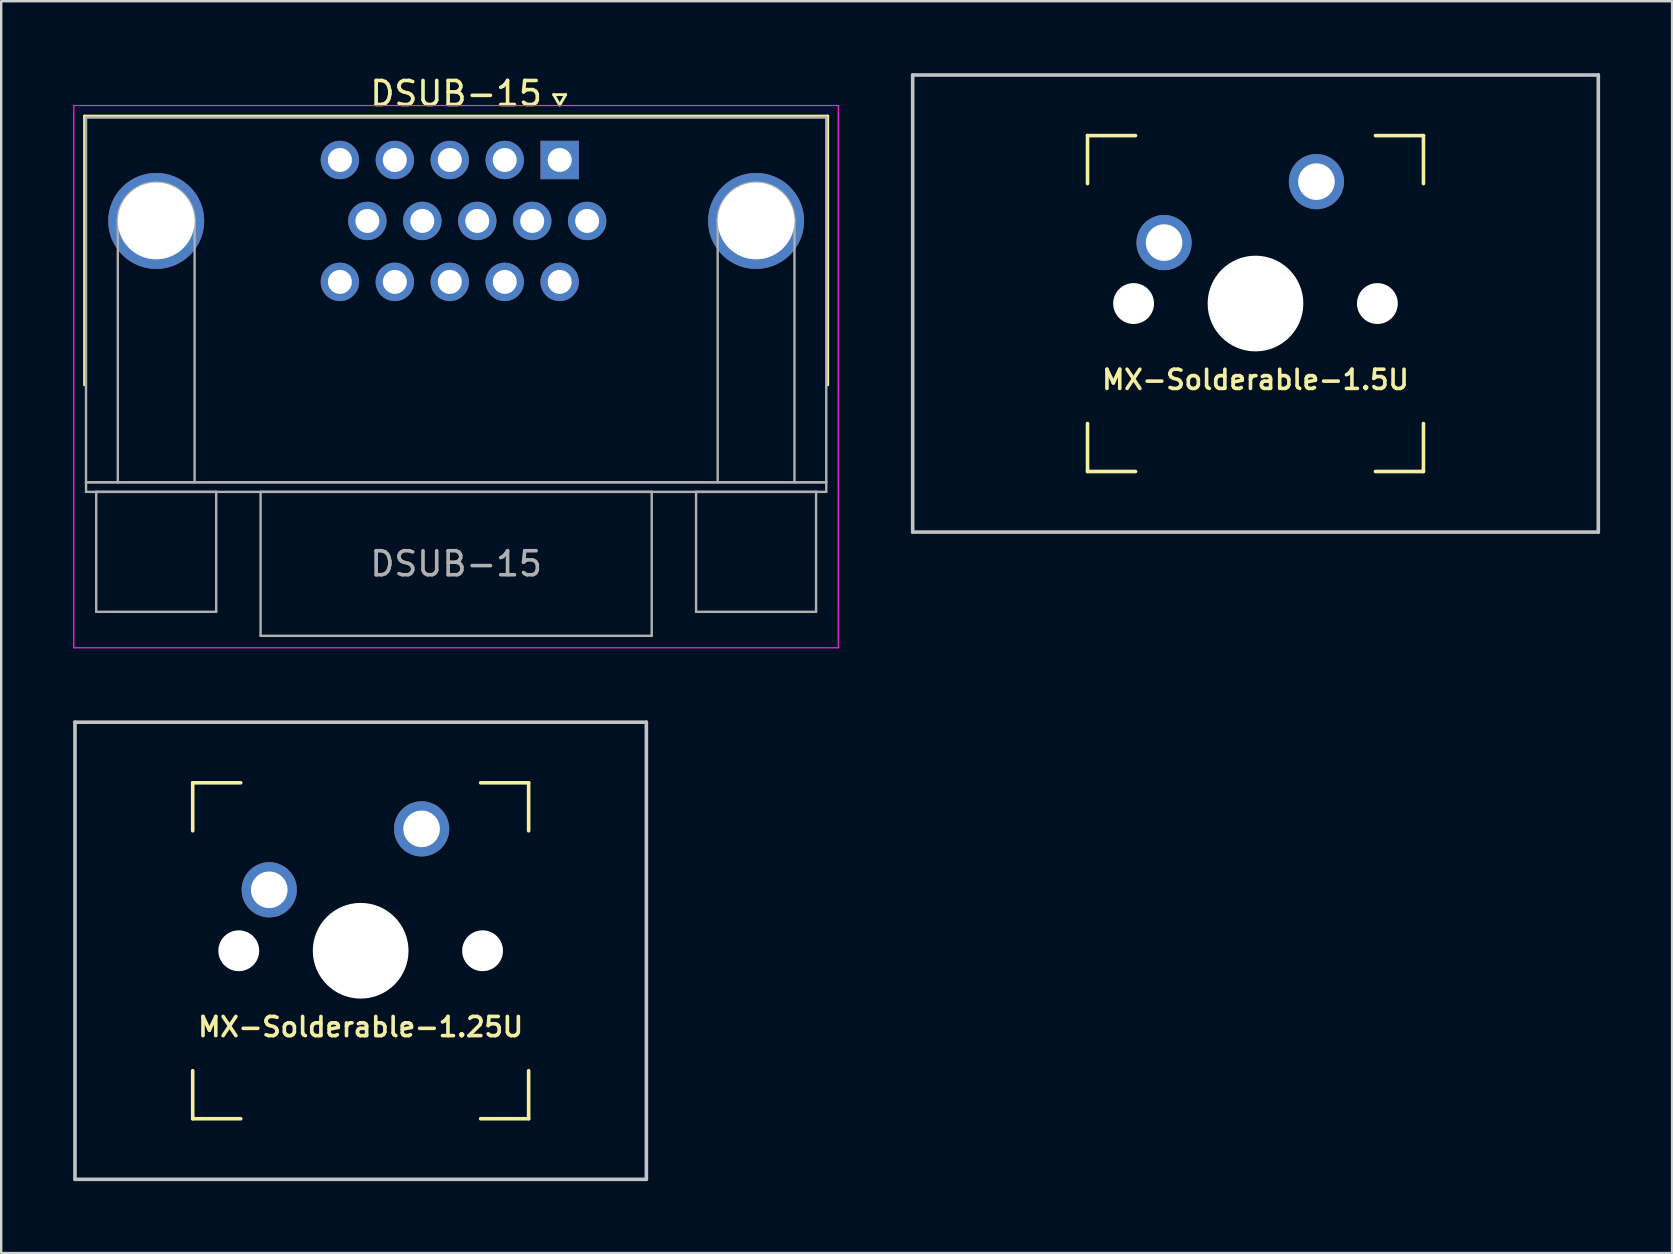
<source format=kicad_pcb>
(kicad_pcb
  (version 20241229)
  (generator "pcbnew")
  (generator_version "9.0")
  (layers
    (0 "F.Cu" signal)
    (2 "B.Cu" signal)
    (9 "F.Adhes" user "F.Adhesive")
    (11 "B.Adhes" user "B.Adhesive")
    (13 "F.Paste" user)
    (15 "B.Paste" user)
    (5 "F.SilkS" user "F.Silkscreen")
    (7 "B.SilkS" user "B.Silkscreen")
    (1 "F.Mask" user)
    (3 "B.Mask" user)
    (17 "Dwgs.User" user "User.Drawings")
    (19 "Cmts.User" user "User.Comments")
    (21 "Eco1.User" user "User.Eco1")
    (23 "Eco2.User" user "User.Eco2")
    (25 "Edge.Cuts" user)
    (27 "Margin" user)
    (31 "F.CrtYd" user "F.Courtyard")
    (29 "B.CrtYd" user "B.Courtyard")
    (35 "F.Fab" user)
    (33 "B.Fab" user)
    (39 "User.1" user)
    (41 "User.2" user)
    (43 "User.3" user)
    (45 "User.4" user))
  (footprint "MX-Solderable-1.25U"
    (layer "F.Cu")
    (at 11.981 36.573)
    (property "Reference" "MX-Solderable-1.25U" (at 0 3.175 0) (layer "F.SilkS") (effects (font (size 0.8 0.8) (thickness 0.15))))
    (attr through_hole)
    (fp_line (start -7 -7) (end -7 -5) (stroke (width 0.15) (type solid)) (layer "F.SilkS"))
    (fp_line (start -7 5) (end -7 7) (stroke (width 0.15) (type solid)) (layer "F.SilkS"))
    (fp_line (start -7 7) (end -5 7) (stroke (width 0.15) (type solid)) (layer "F.SilkS"))
    (fp_line (start -5 -7) (end -7 -7) (stroke (width 0.15) (type solid)) (layer "F.SilkS"))
    (fp_line (start 5 -7) (end 7 -7) (stroke (width 0.15) (type solid)) (layer "F.SilkS"))
    (fp_line (start 5 7) (end 7 7) (stroke (width 0.15) (type solid)) (layer "F.SilkS"))
    (fp_line (start 7 -7) (end 7 -5) (stroke (width 0.15) (type solid)) (layer "F.SilkS"))
    (fp_line (start 7 7) (end 7 5) (stroke (width 0.15) (type solid)) (layer "F.SilkS"))
    (fp_line (start -11.906 9.525) (end -11.906 -9.525) (stroke (width 0.15) (type solid)) (layer "Dwgs.User"))
    (fp_line (start 11.906 -9.525) (end -11.906 -9.525) (stroke (width 0.15) (type solid)) (layer "Dwgs.User"))
    (fp_line (start 11.906 9.525) (end -11.906 9.525) (stroke (width 0.15) (type solid)) (layer "Dwgs.User"))
    (fp_line (start 11.906 9.525) (end 11.906 -9.525) (stroke (width 0.15) (type solid)) (layer "Dwgs.User"))
    (pad "" np_thru_hole circle (at -5.08 0 48.099) (size 1.702 1.702) (drill 1.702) (layers "*.Cu" "*.Mask"))
    (pad "" np_thru_hole circle (at 0 0) (size 3.988 3.988) (drill 3.988) (layers "*.Cu" "*.Mask"))
    (pad "" np_thru_hole circle (at 5.08 0 48.099) (size 1.702 1.702) (drill 1.702) (layers "*.Cu" "*.Mask"))
    (pad "1" thru_hole circle (at -3.81 -2.54) (size 2.3 2.3) (drill 1.524) (layers "*.Cu" "B.Mask"))
    (pad "2" thru_hole circle (at 2.54 -5.08) (size 2.3 2.3) (drill 1.524) (layers "*.Cu" "B.Mask")))
  (footprint "DSUB-15"
    (layer "F.Cu")
    (at 20.275 3.618)
    (property "Reference" "DSUB-15" (at -4.315 -2.77 0) (layer "F.SilkS") (effects (font (size 1 1) (thickness 0.15))))
    (attr through_hole)
    (fp_line (start -19.8 -1.83) (end 11.17 -1.83) (stroke (width 0.12) (type solid)) (layer "F.SilkS"))
    (fp_line (start -19.8 9.37) (end -19.8 -1.83) (stroke (width 0.12) (type solid)) (layer "F.SilkS"))
    (fp_line (start -0.25 -2.724) (end 0.25 -2.724) (stroke (width 0.12) (type solid)) (layer "F.SilkS"))
    (fp_line (start 0 -2.291) (end -0.25 -2.724) (stroke (width 0.12) (type solid)) (layer "F.SilkS"))
    (fp_line (start 0.25 -2.724) (end 0 -2.291) (stroke (width 0.12) (type solid)) (layer "F.SilkS"))
    (fp_line (start 11.17 -1.83) (end 11.17 9.37) (stroke (width 0.12) (type solid)) (layer "F.SilkS"))
    (fp_line (start -20.25 -2.27) (end -20.25 20.33) (stroke (width 0.05) (type solid)) (layer "F.CrtYd"))
    (fp_line (start -20.25 20.33) (end 11.61 20.33) (stroke (width 0.05) (type solid)) (layer "F.CrtYd"))
    (fp_line (start 11.61 -2.27) (end -20.25 -2.27) (stroke (width 0.05) (type solid)) (layer "F.CrtYd"))
    (fp_line (start 11.61 20.33) (end 11.61 -2.27) (stroke (width 0.05) (type solid)) (layer "F.CrtYd"))
    (fp_line (start -19.74 -1.77) (end -19.74 13.43) (stroke (width 0.1) (type solid)) (layer "F.Fab"))
    (fp_line (start -19.74 13.43) (end -19.74 13.83) (stroke (width 0.1) (type solid)) (layer "F.Fab"))
    (fp_line (start -19.74 13.43) (end 11.11 13.43) (stroke (width 0.1) (type solid)) (layer "F.Fab"))
    (fp_line (start -19.74 13.83) (end 11.11 13.83) (stroke (width 0.1) (type solid)) (layer "F.Fab"))
    (fp_line (start -19.315 13.83) (end -19.315 18.83) (stroke (width 0.1) (type solid)) (layer "F.Fab"))
    (fp_line (start -19.315 18.83) (end -14.315 18.83) (stroke (width 0.1) (type solid)) (layer "F.Fab"))
    (fp_line (start -18.415 13.43) (end -18.415 2.54) (stroke (width 0.1) (type solid)) (layer "F.Fab"))
    (fp_line (start -15.215 13.43) (end -15.215 2.54) (stroke (width 0.1) (type solid)) (layer "F.Fab"))
    (fp_line (start -14.315 13.83) (end -19.315 13.83) (stroke (width 0.1) (type solid)) (layer "F.Fab"))
    (fp_line (start -14.315 18.83) (end -14.315 13.83) (stroke (width 0.1) (type solid)) (layer "F.Fab"))
    (fp_line (start -12.465 13.83) (end -12.465 19.83) (stroke (width 0.1) (type solid)) (layer "F.Fab"))
    (fp_line (start -12.465 19.83) (end 3.835 19.83) (stroke (width 0.1) (type solid)) (layer "F.Fab"))
    (fp_line (start 3.835 13.83) (end -12.465 13.83) (stroke (width 0.1) (type solid)) (layer "F.Fab"))
    (fp_line (start 3.835 19.83) (end 3.835 13.83) (stroke (width 0.1) (type solid)) (layer "F.Fab"))
    (fp_line (start 5.685 13.83) (end 5.685 18.83) (stroke (width 0.1) (type solid)) (layer "F.Fab"))
    (fp_line (start 5.685 18.83) (end 10.685 18.83) (stroke (width 0.1) (type solid)) (layer "F.Fab"))
    (fp_line (start 6.585 13.43) (end 6.585 2.54) (stroke (width 0.1) (type solid)) (layer "F.Fab"))
    (fp_line (start 9.785 13.43) (end 9.785 2.54) (stroke (width 0.1) (type solid)) (layer "F.Fab"))
    (fp_line (start 10.685 13.83) (end 5.685 13.83) (stroke (width 0.1) (type solid)) (layer "F.Fab"))
    (fp_line (start 10.685 18.83) (end 10.685 13.83) (stroke (width 0.1) (type solid)) (layer "F.Fab"))
    (fp_line (start 11.11 -1.77) (end -19.74 -1.77) (stroke (width 0.1) (type solid)) (layer "F.Fab"))
    (fp_line (start 11.11 13.43) (end -19.74 13.43) (stroke (width 0.1) (type solid)) (layer "F.Fab"))
    (fp_line (start 11.11 13.43) (end 11.11 -1.77) (stroke (width 0.1) (type solid)) (layer "F.Fab"))
    (fp_line (start 11.11 13.83) (end 11.11 13.43) (stroke (width 0.1) (type solid)) (layer "F.Fab"))
    (fp_arc (start -18.415 2.54) (mid -16.815 0.94) (end -15.215 2.54) (stroke (width 0.1) (type solid)) (layer "F.Fab"))
    (fp_arc (start 6.585 2.54) (mid 8.185 0.94) (end 9.785 2.54) (stroke (width 0.1) (type solid)) (layer "F.Fab"))
    (fp_text user "${REFERENCE}" (at -4.315 16.83 0) (layer "F.Fab") (effects (font (size 1 1) (thickness 0.15))))
    (pad "0" thru_hole circle (at -16.815 2.54) (size 4 4) (drill 3.2) (layers "*.Cu" "*.Mask"))
    (pad "0" thru_hole circle (at 8.185 2.54) (size 4 4) (drill 3.2) (layers "*.Cu" "*.Mask"))
    (pad "1" thru_hole rect (at 0 0) (size 1.6 1.6) (drill 1) (layers "*.Cu" "*.Mask"))
    (pad "2" thru_hole circle (at -2.29 0) (size 1.6 1.6) (drill 1) (layers "*.Cu" "*.Mask"))
    (pad "3" thru_hole circle (at -4.58 0) (size 1.6 1.6) (drill 1) (layers "*.Cu" "*.Mask"))
    (pad "4" thru_hole circle (at -6.87 0) (size 1.6 1.6) (drill 1) (layers "*.Cu" "*.Mask"))
    (pad "5" thru_hole circle (at -9.16 0) (size 1.6 1.6) (drill 1) (layers "*.Cu" "*.Mask"))
    (pad "6" thru_hole circle (at 1.145 2.54) (size 1.6 1.6) (drill 1) (layers "*.Cu" "*.Mask"))
    (pad "7" thru_hole circle (at -1.145 2.54) (size 1.6 1.6) (drill 1) (layers "*.Cu" "*.Mask"))
    (pad "8" thru_hole circle (at -3.435 2.54) (size 1.6 1.6) (drill 1) (layers "*.Cu" "*.Mask"))
    (pad "9" thru_hole circle (at -5.725 2.54) (size 1.6 1.6) (drill 1) (layers "*.Cu" "*.Mask"))
    (pad "10" thru_hole circle (at -8.015 2.54) (size 1.6 1.6) (drill 1) (layers "*.Cu" "*.Mask"))
    (pad "11" thru_hole circle (at 0 5.08) (size 1.6 1.6) (drill 1) (layers "*.Cu" "*.Mask"))
    (pad "12" thru_hole circle (at -2.29 5.08) (size 1.6 1.6) (drill 1) (layers "*.Cu" "*.Mask"))
    (pad "13" thru_hole circle (at -4.58 5.08) (size 1.6 1.6) (drill 1) (layers "*.Cu" "*.Mask"))
    (pad "14" thru_hole circle (at -6.87 5.08) (size 1.6 1.6) (drill 1) (layers "*.Cu" "*.Mask"))
    (pad "15" thru_hole circle (at -9.16 5.08) (size 1.6 1.6) (drill 1) (layers "*.Cu" "*.Mask")))
  (footprint "MX-Solderable-1.5U"
    (layer "F.Cu")
    (at 49.273 9.6)
    (property "Reference" "MX-Solderable-1.5U" (at 0 3.175 0) (layer "F.SilkS") (effects (font (size 0.8 0.8) (thickness 0.15))))
    (attr through_hole)
    (fp_line (start -7 -7) (end -7 -5) (stroke (width 0.15) (type solid)) (layer "F.SilkS"))
    (fp_line (start -7 5) (end -7 7) (stroke (width 0.15) (type solid)) (layer "F.SilkS"))
    (fp_line (start -7 7) (end -5 7) (stroke (width 0.15) (type solid)) (layer "F.SilkS"))
    (fp_line (start -5 -7) (end -7 -7) (stroke (width 0.15) (type solid)) (layer "F.SilkS"))
    (fp_line (start 5 -7) (end 7 -7) (stroke (width 0.15) (type solid)) (layer "F.SilkS"))
    (fp_line (start 5 7) (end 7 7) (stroke (width 0.15) (type solid)) (layer "F.SilkS"))
    (fp_line (start 7 -7) (end 7 -5) (stroke (width 0.15) (type solid)) (layer "F.SilkS"))
    (fp_line (start 7 7) (end 7 5) (stroke (width 0.15) (type solid)) (layer "F.SilkS"))
    (fp_line (start -14.287 9.525) (end -14.287 -9.525) (stroke (width 0.15) (type solid)) (layer "Dwgs.User"))
    (fp_line (start 14.287 -9.525) (end -14.287 -9.525) (stroke (width 0.15) (type solid)) (layer "Dwgs.User"))
    (fp_line (start 14.287 9.525) (end -14.287 9.525) (stroke (width 0.15) (type solid)) (layer "Dwgs.User"))
    (fp_line (start 14.287 9.525) (end 14.287 -9.525) (stroke (width 0.15) (type solid)) (layer "Dwgs.User"))
    (pad "" np_thru_hole circle (at -5.08 0 48.099) (size 1.702 1.702) (drill 1.702) (layers "*.Cu" "*.Mask"))
    (pad "" np_thru_hole circle (at 0 0) (size 3.988 3.988) (drill 3.988) (layers "*.Cu" "*.Mask"))
    (pad "" np_thru_hole circle (at 5.08 0 48.099) (size 1.702 1.702) (drill 1.702) (layers "*.Cu" "*.Mask"))
    (pad "1" thru_hole circle (at -3.81 -2.54) (size 2.3 2.3) (drill 1.524) (layers "*.Cu" "B.Mask"))
    (pad "2" thru_hole circle (at 2.54 -5.08) (size 2.3 2.3) (drill 1.524) (layers "*.Cu" "B.Mask")))
  (gr_rect
    (start -3 -3)
    (end 66.635 49.173)
    (stroke (width 0.1) (type default))
    (fill no)
    (layer "Edge.Cuts")))
</source>
